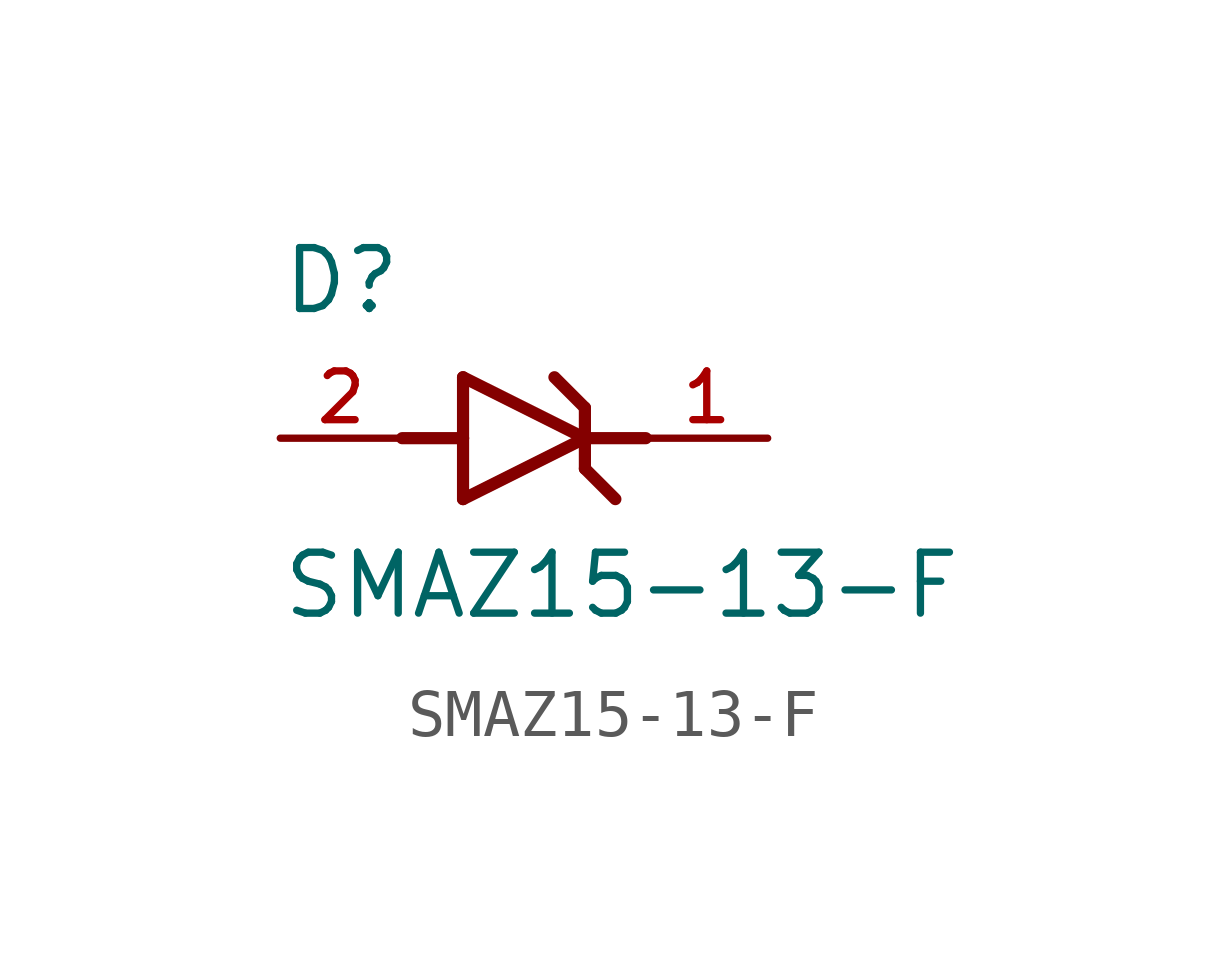
<source format=kicad_sym>
(kicad_symbol_lib
  (version 20211014)
  (generator kicad_symbol_editor)
  (symbol "SMAZ15-13-F"
    (pin_names
      (offset 1.016))
    (property "Reference" "D"
      (at -5.08 2.54 0)
      (effects (font (size 1.27 1.27)) (justify bottom left)))
    (property "Value" "SMAZ15-13-F"
      (at -5.08 -3.81 0)
      (effects (font (size 1.27 1.27)) (justify bottom left)))
    (symbol "SMAZ15-13-F_0_0"
      (polyline (pts (xy -1.27 -1.27) (xy 1.27 0.0)) (stroke (width 0.254)))
      (polyline (pts (xy 1.27 0.0) (xy -1.27 1.27)) (stroke (width 0.254)))
      (polyline (pts (xy 1.27 0.635) (xy 1.27 0.0)) (stroke (width 0.254)))
      (polyline (pts (xy -1.27 1.27) (xy -1.27 0.0)) (stroke (width 0.254)))
      (polyline (pts (xy -1.27 0.0) (xy -1.27 -1.27)) (stroke (width 0.254)))
      (polyline (pts (xy 1.27 0.0) (xy 1.27 -0.635)) (stroke (width 0.254)))
      (polyline (pts (xy -2.54 0.0) (xy -1.27 0.0)) (stroke (width 0.254)))
      (polyline (pts (xy 2.54 0.0) (xy 1.27 0.0)) (stroke (width 0.254)))
      (polyline (pts (xy 0.635 1.27) (xy 1.27 0.635)) (stroke (width 0.254)))
      (polyline (pts (xy 1.27 -0.635) (xy 1.905 -1.27)) (stroke (width 0.254)))
      (pin passive line (at 5.08 0.0 180.0) (length 2.54) (name "~" (effects (font (size 1.016 1.016)))) (number "1" (effects (font (size 1.016 1.016)))))
      (pin passive line (at -5.08 0.0 0) (length 2.54) (name "~" (effects (font (size 1.016 1.016)))) (number "2" (effects (font (size 1.016 1.016))))))))
</source>
